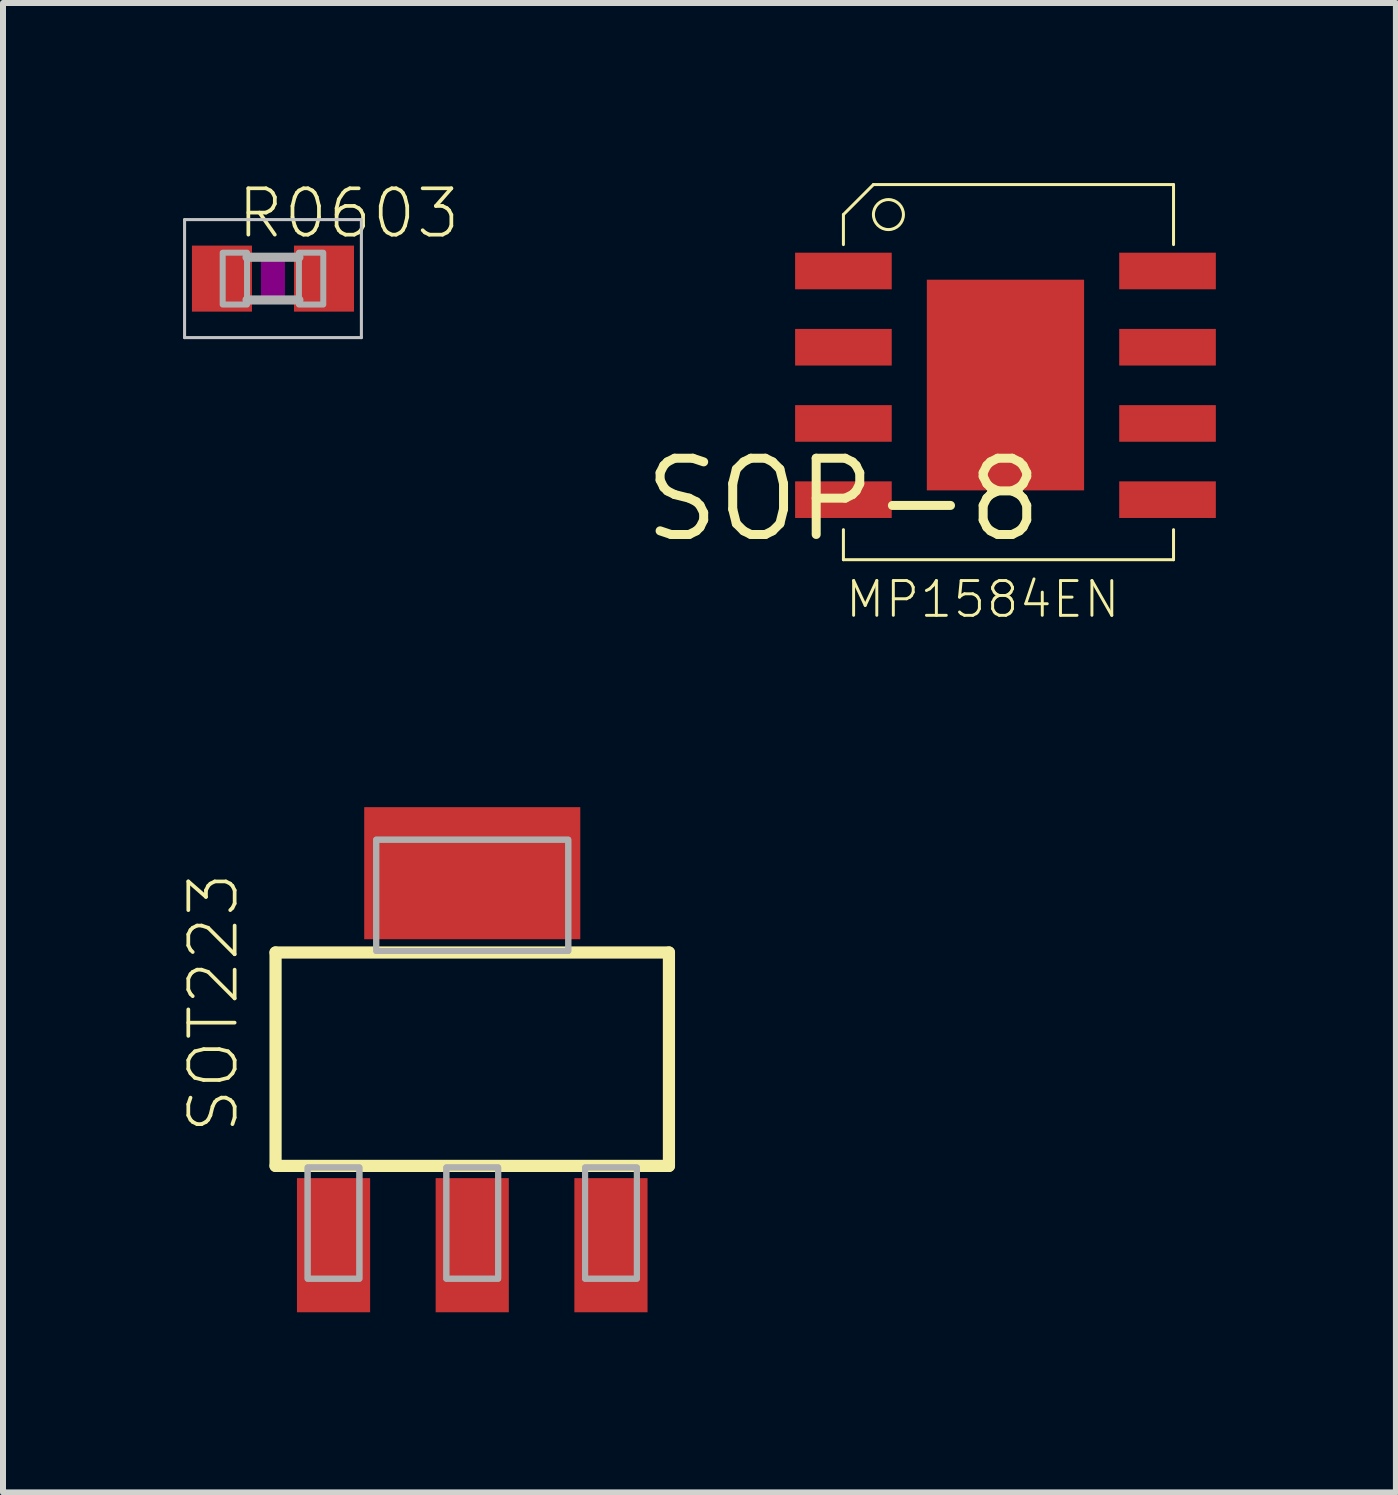
<source format=kicad_pcb>
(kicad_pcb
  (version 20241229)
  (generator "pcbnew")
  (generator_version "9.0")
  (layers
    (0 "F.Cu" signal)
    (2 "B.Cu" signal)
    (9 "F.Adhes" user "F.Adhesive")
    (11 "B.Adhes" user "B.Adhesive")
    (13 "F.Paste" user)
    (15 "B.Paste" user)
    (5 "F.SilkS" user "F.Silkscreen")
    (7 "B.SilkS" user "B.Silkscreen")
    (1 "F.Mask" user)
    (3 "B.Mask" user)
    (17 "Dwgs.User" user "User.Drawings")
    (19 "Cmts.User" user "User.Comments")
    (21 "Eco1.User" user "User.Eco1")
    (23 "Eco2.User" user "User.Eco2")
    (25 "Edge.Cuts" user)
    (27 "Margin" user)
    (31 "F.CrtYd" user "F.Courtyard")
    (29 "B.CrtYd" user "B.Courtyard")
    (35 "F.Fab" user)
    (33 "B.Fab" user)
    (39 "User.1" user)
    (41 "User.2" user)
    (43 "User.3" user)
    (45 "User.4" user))
  (footprint "SOT223"
    (layer "F.Cu")
    (at 4.818 14.597)
    (property "Reference" "SOT223" (at -3.861 1.27 90) (layer "F.SilkS") (effects (font (size 0.772 0.772) (thickness 0.062)) (justify left bottom)))
    (attr through_hole)
    (fp_line (start -3.277 -1.778) (end 3.277 -1.778) (stroke (width 0.203) (type solid)) (layer "F.SilkS"))
    (fp_line (start -3.277 1.778) (end -3.277 -1.778) (stroke (width 0.203) (type solid)) (layer "F.SilkS"))
    (fp_line (start 3.277 -1.778) (end 3.277 1.778) (stroke (width 0.203) (type solid)) (layer "F.SilkS"))
    (fp_line (start 3.277 1.778) (end -3.277 1.778) (stroke (width 0.203) (type solid)) (layer "F.SilkS"))
    (fp_poly (pts (xy -2.743 3.658) (xy -1.88 3.658) (xy -1.88 1.803) (xy -2.743 1.803)) (stroke (width 0.1) (type solid)) (fill no) (layer "F.Fab"))
    (fp_poly (pts (xy -2.743 3.658) (xy -1.88 3.658) (xy -1.88 1.803) (xy -2.743 1.803)) (stroke (width 0.1) (type solid)) (fill no) (layer "F.Fab"))
    (fp_poly (pts (xy -1.6 -1.803) (xy 1.6 -1.803) (xy 1.6 -3.658) (xy -1.6 -3.658)) (stroke (width 0.1) (type solid)) (fill no) (layer "F.Fab"))
    (fp_poly (pts (xy -1.6 -1.803) (xy 1.6 -1.803) (xy 1.6 -3.658) (xy -1.6 -3.658)) (stroke (width 0.1) (type solid)) (fill no) (layer "F.Fab"))
    (fp_poly (pts (xy -0.432 3.658) (xy 0.432 3.658) (xy 0.432 1.803) (xy -0.432 1.803)) (stroke (width 0.1) (type solid)) (fill no) (layer "F.Fab"))
    (fp_poly (pts (xy -0.432 3.658) (xy 0.432 3.658) (xy 0.432 1.803) (xy -0.432 1.803)) (stroke (width 0.1) (type solid)) (fill no) (layer "F.Fab"))
    (fp_poly (pts (xy 1.88 3.658) (xy 2.743 3.658) (xy 2.743 1.803) (xy 1.88 1.803)) (stroke (width 0.1) (type solid)) (fill no) (layer "F.Fab"))
    (fp_poly (pts (xy 1.88 3.658) (xy 2.743 3.658) (xy 2.743 1.803) (xy 1.88 1.803)) (stroke (width 0.1) (type solid)) (fill no) (layer "F.Fab"))
    (pad "1" smd rect (at -2.311 3.099) (size 1.219 2.235) (layers "F.Cu" "F.Mask" "F.Paste"))
    (pad "2" smd rect (at 0 3.099) (size 1.219 2.235) (layers "F.Cu" "F.Mask" "F.Paste"))
    (pad "3" smd rect (at 2.311 3.099) (size 1.219 2.235) (layers "F.Cu" "F.Mask" "F.Paste"))
    (pad "TAB" smd rect (at 0 -3.099) (size 3.6 2.2) (layers "F.Cu" "F.Mask" "F.Paste")))
  (footprint "SOP-8"
    (layer "F.Cu")
    (at 11.002 5.275)
    (property "Reference" "SOP-8" (at 0 0 0) (layer "F.SilkS") (effects (font (size 1.27 1.27) (thickness 0.15))))
    (attr through_hole)
    (fp_line (start 0 -4.75) (end 0.5 -5.25) (stroke (width 0.05) (type solid)) (layer "F.SilkS"))
    (fp_line (start 0 -4.25) (end 0 -4.75) (stroke (width 0.05) (type solid)) (layer "F.SilkS"))
    (fp_line (start 0 0.5) (end 0 1) (stroke (width 0.05) (type solid)) (layer "F.SilkS"))
    (fp_line (start 0 1) (end 5.5 1) (stroke (width 0.05) (type solid)) (layer "F.SilkS"))
    (fp_line (start 0.5 -5.25) (end 5.5 -5.25) (stroke (width 0.05) (type solid)) (layer "F.SilkS"))
    (fp_line (start 5.5 -5.25) (end 5.5 -4.25) (stroke (width 0.05) (type solid)) (layer "F.SilkS"))
    (fp_line (start 5.5 1) (end 5.5 0.5) (stroke (width 0.05) (type solid)) (layer "F.SilkS"))
    (fp_circle (center 0.75 -4.75) (end 1 -4.75) (stroke (width 0.05) (type solid)) (fill no) (layer "F.SilkS"))
    (fp_text user "MP1584EN" (at 0 2 0) (layer "F.SilkS") (effects (font (size 0.579 0.579) (thickness 0.049)) (justify left bottom)))
    (pad "1" smd rect (at 0 -3.81) (size 1.61 0.61) (layers "F.Cu" "F.Mask" "F.Paste"))
    (pad "2" smd rect (at 0 -2.54) (size 1.61 0.61) (layers "F.Cu" "F.Mask" "F.Paste"))
    (pad "3" smd rect (at 0 -1.27) (size 1.61 0.61) (layers "F.Cu" "F.Mask" "F.Paste"))
    (pad "4" smd rect (at 0 0) (size 1.61 0.61) (layers "F.Cu" "F.Mask" "F.Paste"))
    (pad "5" smd rect (at 5.4 0) (size 1.61 0.61) (layers "F.Cu" "F.Mask" "F.Paste"))
    (pad "6" smd rect (at 5.4 -1.27) (size 1.61 0.61) (layers "F.Cu" "F.Mask" "F.Paste"))
    (pad "7" smd rect (at 5.4 -2.54) (size 1.61 0.61) (layers "F.Cu" "F.Mask" "F.Paste"))
    (pad "8" smd rect (at 5.4 -3.81) (size 1.61 0.61) (layers "F.Cu" "F.Mask" "F.Paste"))
    (pad "9" smd rect (at 2.7 -1.91 90) (size 3.51 2.62) (layers "F.Cu" "F.Mask" "F.Paste")))
  (footprint "R0603"
    (layer "F.Cu")
    (at 1.498 1.592)
    (property "Reference" "R0603" (at -0.635 -0.635 0) (layer "F.SilkS") (effects (font (size 0.772 0.772) (thickness 0.062)) (justify left bottom)))
    (attr through_hole)
    (fp_poly (pts (xy -0.2 0.4) (xy 0.2 0.4) (xy 0.2 -0.4) (xy -0.2 -0.4)) (stroke (width 0) (type solid)) (fill yes) (layer "F.Adhes"))
    (fp_line (start -1.473 -0.983) (end 1.473 -0.983) (stroke (width 0.051) (type solid)) (layer "Dwgs.User"))
    (fp_line (start -1.473 0.983) (end -1.473 -0.983) (stroke (width 0.051) (type solid)) (layer "Dwgs.User"))
    (fp_line (start 1.473 -0.983) (end 1.473 0.983) (stroke (width 0.051) (type solid)) (layer "Dwgs.User"))
    (fp_line (start 1.473 0.983) (end -1.473 0.983) (stroke (width 0.051) (type solid)) (layer "Dwgs.User"))
    (fp_line (start -0.432 0.356) (end 0.432 0.356) (stroke (width 0.152) (type solid)) (layer "F.Fab"))
    (fp_line (start 0.432 -0.356) (end -0.432 -0.356) (stroke (width 0.152) (type solid)) (layer "F.Fab"))
    (fp_poly (pts (xy -0.838 0.432) (xy -0.432 0.432) (xy -0.432 -0.432) (xy -0.838 -0.432)) (stroke (width 0.1) (type solid)) (fill no) (layer "F.Fab"))
    (fp_poly (pts (xy 0.432 0.432) (xy 0.838 0.432) (xy 0.838 -0.432) (xy 0.432 -0.432)) (stroke (width 0.1) (type solid)) (fill no) (layer "F.Fab"))
    (pad "1" smd rect (at -0.85 0) (size 1 1.1) (layers "F.Cu" "F.Mask" "F.Paste"))
    (pad "2" smd rect (at 0.85 0) (size 1 1.1) (layers "F.Cu" "F.Mask" "F.Paste")))
  (gr_rect
    (start -3 -3)
    (end 20.207 21.814)
    (stroke (width 0.1) (type default))
    (fill no)
    (layer "Edge.Cuts")))
</source>
